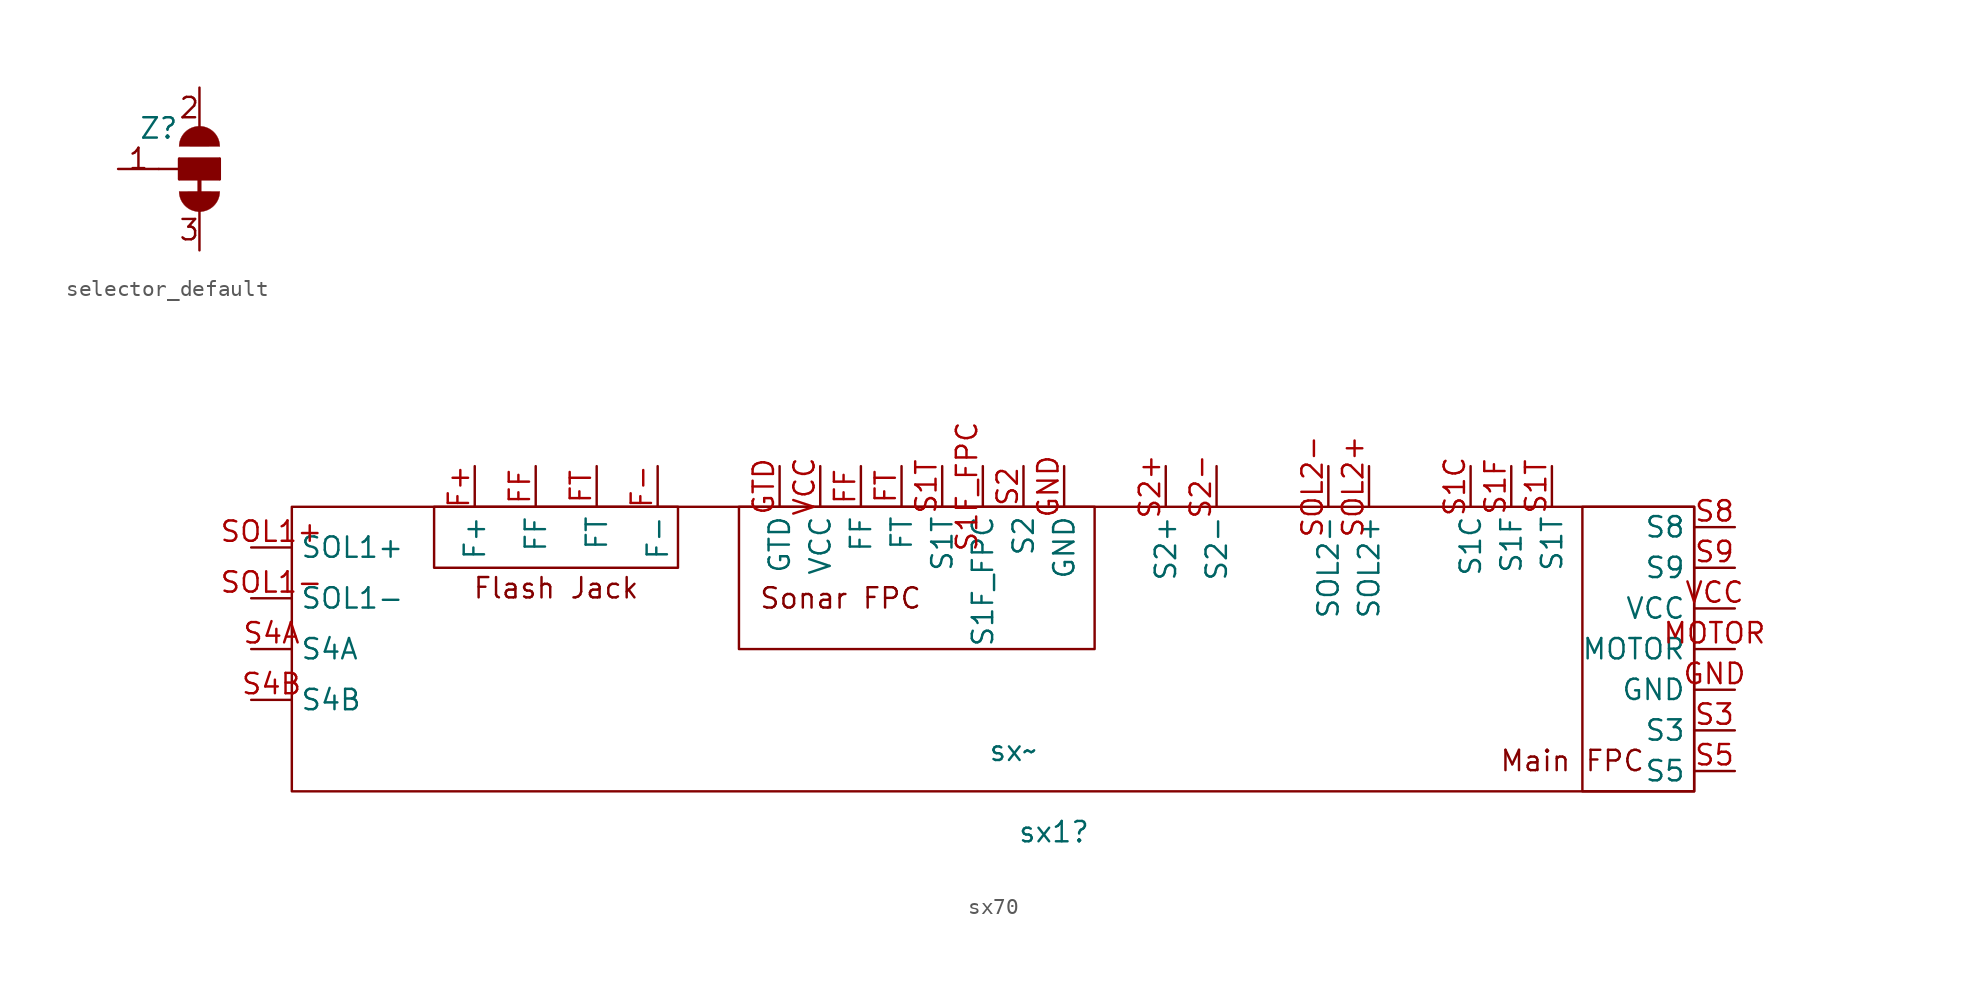
<source format=kicad_sym>
(kicad_symbol_lib
  (version 20220914)
  (generator kicad_symbol_editor)
  (symbol "selector_default"
    (property "Reference" "Z"
      (at -2.54 3.81 0)
      (effects (font (size 1.27 1.27))))
    (property "Value" ""
      (at 0 0 0)
      (effects (font (size 1.27 1.27))))
    (symbol "selector_default_1_0"
      (arc (start -1.27 -0.127) (mid 0 -1.3915) (end 1.27 -0.127) (stroke (width 0.0001) (type solid)) (fill (type outline)))
      (rectangle (start -1.27 0.635) (end 1.27 1.905) (stroke (width 0) (type default)) (fill (type outline)))
      (polyline (pts (xy -2.54 1.27) (xy -1.27 1.27)) (stroke (width 0.152) (type solid)) (fill (type none)))
      (polyline (pts (xy -1.27 0.635) (xy -1.27 1.27)) (stroke (width 0.152) (type solid)) (fill (type none)))
      (polyline (pts (xy -1.27 1.27) (xy -1.27 1.905)) (stroke (width 0.152) (type solid)) (fill (type none)))
      (polyline (pts (xy -1.27 1.905) (xy 1.27 1.905)) (stroke (width 0.152) (type solid)) (fill (type none)))
      (polyline (pts (xy 0 1.27) (xy 0 -1.27)) (stroke (width 0.254) (type solid)) (fill (type none)))
      (polyline (pts (xy 1.27 0.635) (xy -1.27 0.635)) (stroke (width 0.152) (type solid)) (fill (type none)))
      (polyline (pts (xy 1.27 1.905) (xy 1.27 0.635)) (stroke (width 0.152) (type solid)) (fill (type none)))
      (arc (start 1.27 2.667) (mid 0 3.9315) (end -1.27 2.667) (stroke (width 0.0001) (type solid)) (fill (type outline)))
      (pin passive line (at 0 6.35 270) (length 2.54) (name "1" (effects (font (size 0 0)))) (number "1" (effects (font (size 0 0)))))
      (pin passive line (at -5.08 1.27 0) (length 2.54) (name "2" (effects (font (size 0 0)))) (number "2" (effects (font (size 0 0)))))
      (pin passive line (at 0 -3.81 90) (length 2.54) (name "3" (effects (font (size 0 0)))) (number "3" (effects (font (size 0 0))))))
    (symbol "selector_default_1_1"
      (text "1" (at -3.81 1.905 0) (effects (font (size 1.27 1.27))))
      (text "2" (at -0.635 5.08 0) (effects (font (size 1.27 1.27))))
      (text "3" (at -0.635 -2.54 0) (effects (font (size 1.27 1.27))))))
  (symbol "sx70"
    (property "Reference" "sx1"
      (at 3.175 -13.97 0)
      (effects (font (size 1.27 1.27))))
    (property "Value" "sx~"
      (at 0.635 -8.89 0)
      (effects (font (size 1.27 1.27))))
    (symbol "sx70_0_1"
      (rectangle (start -44.45 6.35) (end 43.18 -11.43) (stroke (width 0) (type default)) (fill (type none)))
      (rectangle (start -16.51 6.35) (end 5.715 -2.54) (stroke (width 0) (type default)) (fill (type none))))
    (symbol "sx70_1_1"
      (rectangle (start -35.56 6.35) (end -20.32 2.54) (stroke (width 0) (type default)) (fill (type none)))
      (rectangle (start 36.195 6.35) (end 43.18 -11.43) (stroke (width 0) (type default)) (fill (type none)))
      (text "Flash Jack" (at -27.94 1.27 0) (effects (font (size 1.27 1.27))))
      (text "Main FPC" (at 35.56 -9.525 0) (effects (font (size 1.27 1.27))))
      (text "Sonar FPC\n" (at -10.16 0.635 0) (effects (font (size 1.27 1.27))))
      (pin input line (at -33.02 8.89 270) (length 2.54) (name "F+" (effects (font (size 1.27 1.27)))) (number "F+" (effects (font (size 1.27 1.27)))))
      (pin input line (at -21.59 8.89 270) (length 2.54) (name "F-" (effects (font (size 1.27 1.27)))) (number "F-" (effects (font (size 1.27 1.27)))))
      (pin input line (at -29.21 8.89 270) (length 2.54) (name "FF" (effects (font (size 1.27 1.27)))) (number "FF" (effects (font (size 1.27 1.27)))))
      (pin input line (at -8.89 8.89 270) (length 2.54) (name "FF" (effects (font (size 1.27 1.27)))) (number "FF" (effects (font (size 1.27 1.27)))))
      (pin input line (at -25.4 8.89 270) (length 2.54) (name "FT" (effects (font (size 1.27 1.27)))) (number "FT" (effects (font (size 1.27 1.27)))))
      (pin input line (at -6.35 8.89 270) (length 2.54) (name "FT" (effects (font (size 1.27 1.27)))) (number "FT" (effects (font (size 1.27 1.27)))))
      (pin input line (at 3.81 8.89 270) (length 2.54) (name "GND" (effects (font (size 1.27 1.27)))) (number "GND" (effects (font (size 1.27 1.27)))))
      (pin input line (at 45.72 -5.08 180) (length 2.54) (name "GND" (effects (font (size 1.27 1.27)))) (number "GND" (effects (font (size 1.27 1.27)))))
      (pin input line (at -13.97 8.89 270) (length 2.54) (name "GTD" (effects (font (size 1.27 1.27)))) (number "GTD" (effects (font (size 1.27 1.27)))))
      (pin input line (at 45.72 -2.54 180) (length 2.54) (name "MOTOR" (effects (font (size 1.27 1.27)))) (number "MOTOR" (effects (font (size 1.27 1.27)))))
      (pin input line (at 29.21 8.89 270) (length 2.54) (name "S1C" (effects (font (size 1.27 1.27)))) (number "S1C" (effects (font (size 1.27 1.27)))))
      (pin input line (at 31.75 8.89 270) (length 2.54) (name "S1F" (effects (font (size 1.27 1.27)))) (number "S1F" (effects (font (size 1.27 1.27)))))
      (pin input line (at -1.27 8.89 270) (length 2.54) (name "S1F_FPC" (effects (font (size 1.27 1.27)))) (number "S1F_FPC" (effects (font (size 1.27 1.27)))))
      (pin input line (at -3.81 8.89 270) (length 2.54) (name "S1T" (effects (font (size 1.27 1.27)))) (number "S1T" (effects (font (size 1.27 1.27)))))
      (pin input line (at 34.29 8.89 270) (length 2.54) (name "S1T" (effects (font (size 1.27 1.27)))) (number "S1T" (effects (font (size 1.27 1.27)))))
      (pin input line (at 1.27 8.89 270) (length 2.54) (name "S2" (effects (font (size 1.27 1.27)))) (number "S2" (effects (font (size 1.27 1.27)))))
      (pin input line (at 10.16 8.89 270) (length 2.54) (name "S2+" (effects (font (size 1.27 1.27)))) (number "S2+" (effects (font (size 1.27 1.27)))))
      (pin input line (at 13.335 8.89 270) (length 2.54) (name "S2-" (effects (font (size 1.27 1.27)))) (number "S2-" (effects (font (size 1.27 1.27)))))
      (pin input line (at 45.72 -7.62 180) (length 2.54) (name "S3" (effects (font (size 1.27 1.27)))) (number "S3" (effects (font (size 1.27 1.27)))))
      (pin input line (at -46.99 -2.54 0) (length 2.54) (name "S4A" (effects (font (size 1.27 1.27)))) (number "S4A" (effects (font (size 1.27 1.27)))))
      (pin input line (at -46.99 -5.715 0) (length 2.54) (name "S4B" (effects (font (size 1.27 1.27)))) (number "S4B" (effects (font (size 1.27 1.27)))))
      (pin input line (at 45.72 -10.16 180) (length 2.54) (name "S5" (effects (font (size 1.27 1.27)))) (number "S5" (effects (font (size 1.27 1.27)))))
      (pin input line (at 45.72 5.08 180) (length 2.54) (name "S8" (effects (font (size 1.27 1.27)))) (number "S8" (effects (font (size 1.27 1.27)))))
      (pin input line (at 45.72 2.54 180) (length 2.54) (name "S9" (effects (font (size 1.27 1.27)))) (number "S9" (effects (font (size 1.27 1.27)))))
      (pin input line (at -46.99 3.81 0) (length 2.54) (name "SOL1+" (effects (font (size 1.27 1.27)))) (number "SOL1+" (effects (font (size 1.27 1.27)))))
      (pin input line (at -46.99 0.635 0) (length 2.54) (name "SOL1-" (effects (font (size 1.27 1.27)))) (number "SOL1-" (effects (font (size 1.27 1.27)))))
      (pin input line (at 22.86 8.89 270) (length 2.54) (name "SOL2+" (effects (font (size 1.27 1.27)))) (number "SOL2+" (effects (font (size 1.27 1.27)))))
      (pin input line (at 20.32 8.89 270) (length 2.54) (name "SOL2-" (effects (font (size 1.27 1.27)))) (number "SOL2-" (effects (font (size 1.27 1.27)))))
      (pin input line (at -11.43 8.89 270) (length 2.54) (name "VCC" (effects (font (size 1.27 1.27)))) (number "VCC" (effects (font (size 1.27 1.27)))))
      (pin input line (at 45.72 0 180) (length 2.54) (name "VCC" (effects (font (size 1.27 1.27)))) (number "VCC" (effects (font (size 1.27 1.27))))))))
</source>
